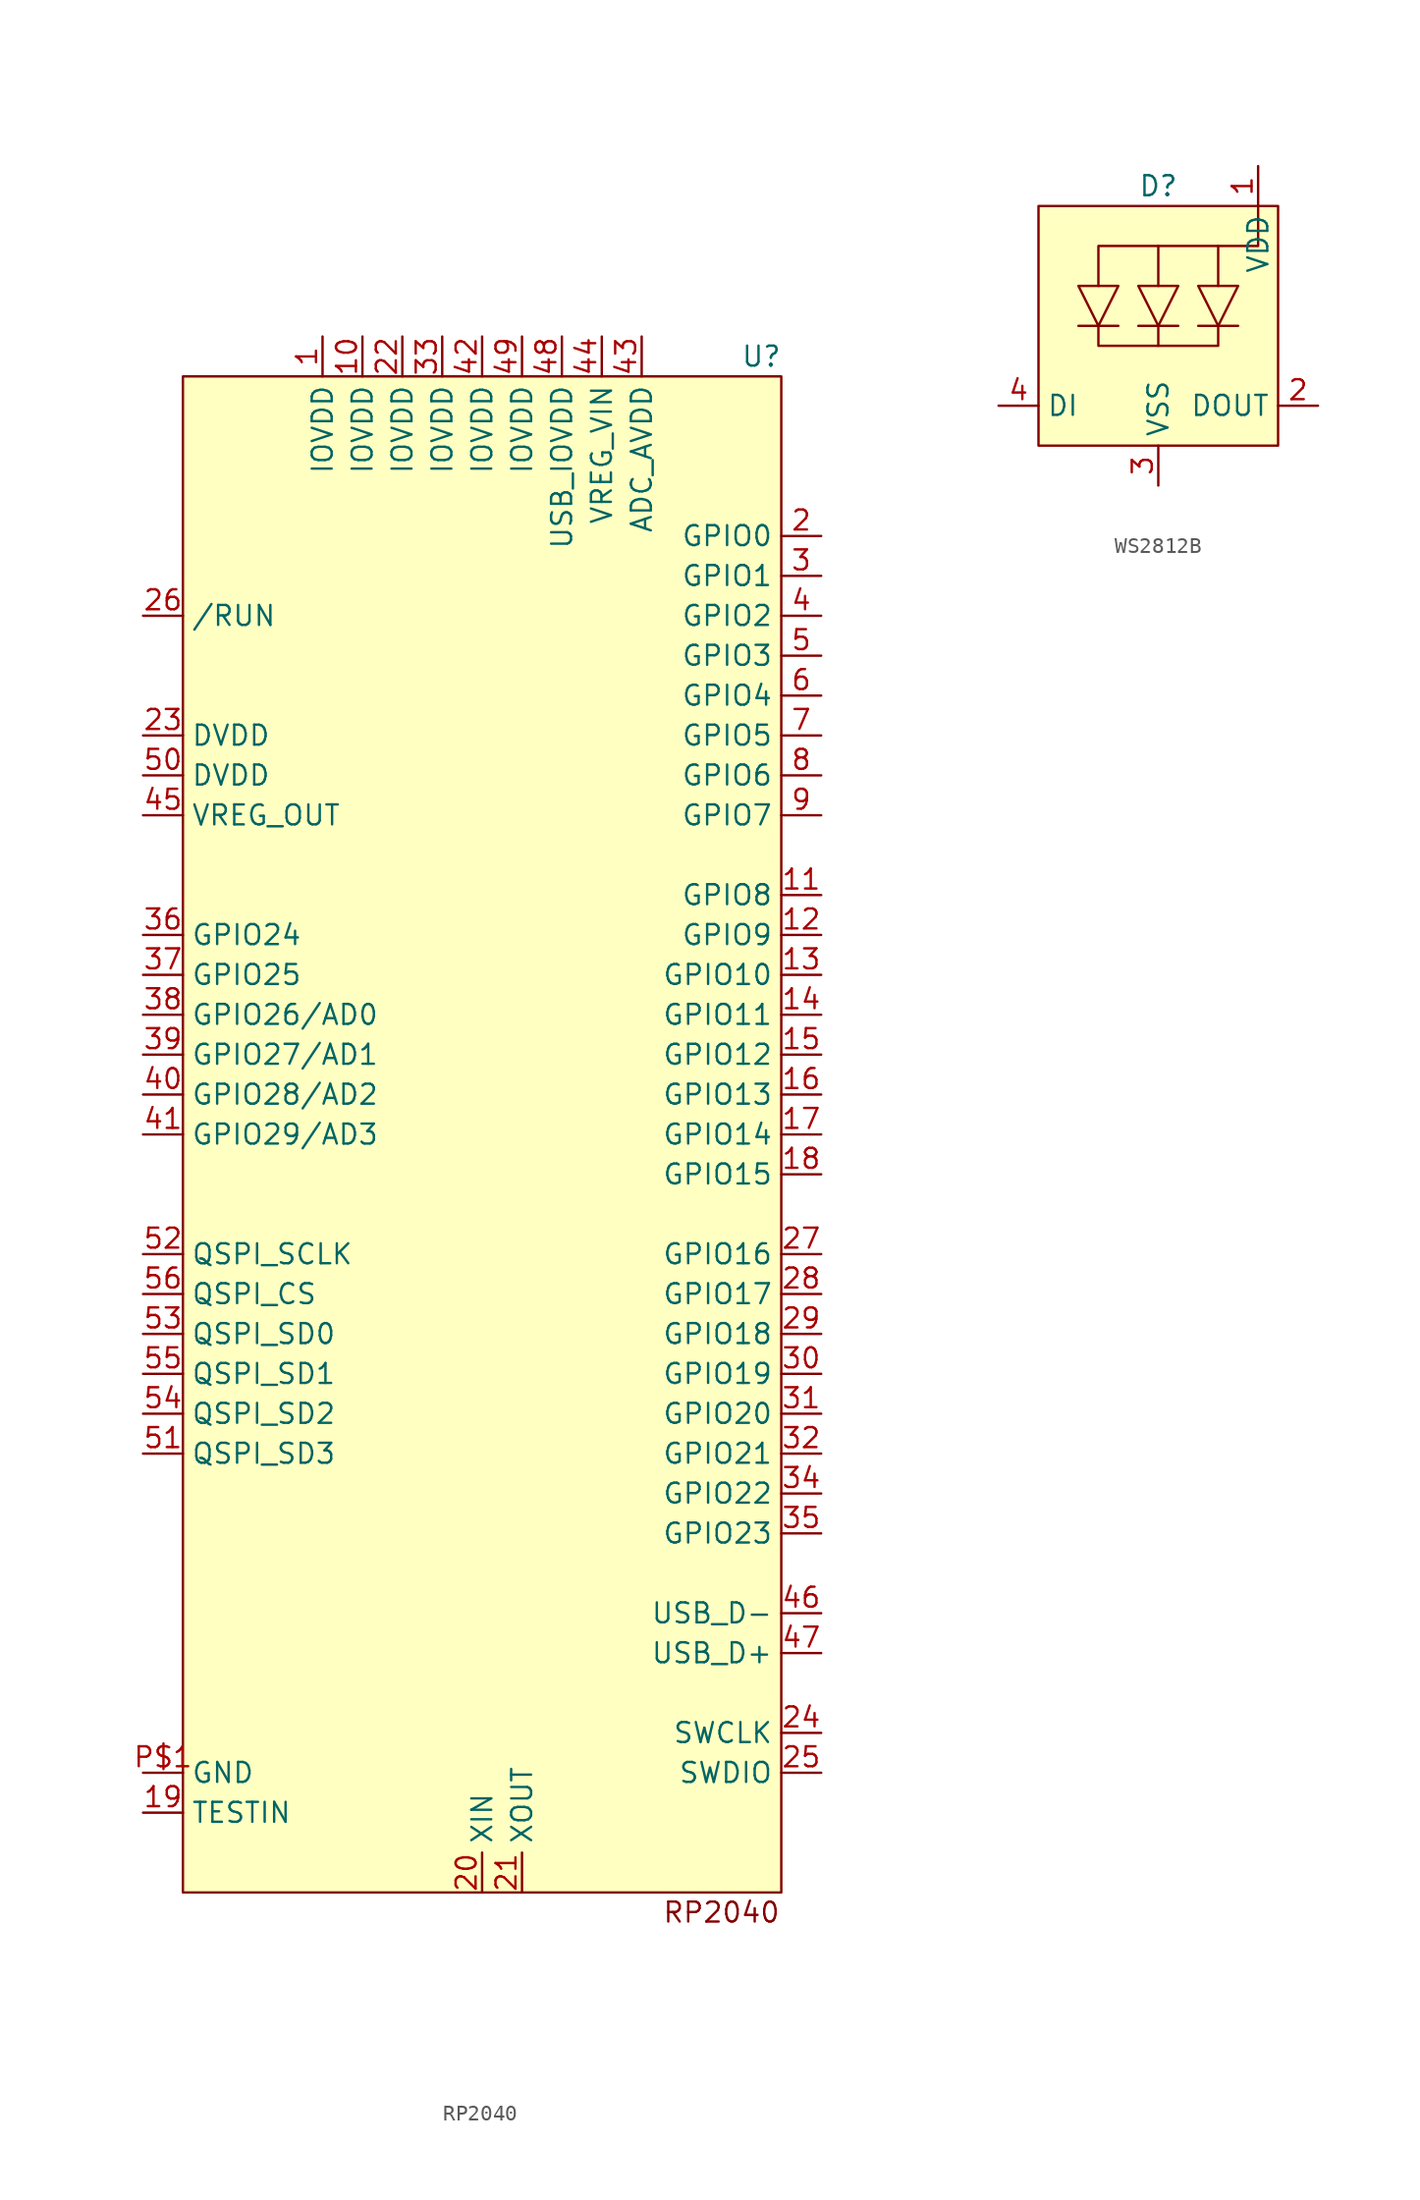
<source format=kicad_sym>
(kicad_symbol_lib
  (version 20220914)
  (generator kicad_symbol_editor)
  (symbol "RP2040"
    (property "Reference" "U"
      (at 17.78 49.53 0)
      (effects (font (size 1.27 1.27))))
    (property "Value" ""
      (at 0 57.15 0)
      (effects (font (size 1.27 1.27))))
    (symbol "RP2040_1_1"
      (rectangle (start -19.05 48.26) (end 19.05 -48.26) (stroke (width 0) (type default)) (fill (type background)))
      (text "RP2040" (at 15.24 -49.53 0) (effects (font (size 1.27 1.27))))
      (pin input line (at -10.16 50.8 270) (length 2.54) (name "IOVDD" (effects (font (size 1.27 1.27)))) (number "1" (effects (font (size 1.27 1.27)))))
      (pin input line (at -7.62 50.8 270) (length 2.54) (name "IOVDD" (effects (font (size 1.27 1.27)))) (number "10" (effects (font (size 1.27 1.27)))))
      (pin input line (at 21.59 15.24 180) (length 2.54) (name "GPIO8" (effects (font (size 1.27 1.27)))) (number "11" (effects (font (size 1.27 1.27)))))
      (pin input line (at 21.59 12.7 180) (length 2.54) (name "GPIO9" (effects (font (size 1.27 1.27)))) (number "12" (effects (font (size 1.27 1.27)))))
      (pin input line (at 21.59 10.16 180) (length 2.54) (name "GPIO10" (effects (font (size 1.27 1.27)))) (number "13" (effects (font (size 1.27 1.27)))))
      (pin input line (at 21.59 7.62 180) (length 2.54) (name "GPIO11" (effects (font (size 1.27 1.27)))) (number "14" (effects (font (size 1.27 1.27)))))
      (pin input line (at 21.59 5.08 180) (length 2.54) (name "GPIO12" (effects (font (size 1.27 1.27)))) (number "15" (effects (font (size 1.27 1.27)))))
      (pin input line (at 21.59 2.54 180) (length 2.54) (name "GPIO13" (effects (font (size 1.27 1.27)))) (number "16" (effects (font (size 1.27 1.27)))))
      (pin input line (at 21.59 0 180) (length 2.54) (name "GPIO14" (effects (font (size 1.27 1.27)))) (number "17" (effects (font (size 1.27 1.27)))))
      (pin input line (at 21.59 -2.54 180) (length 2.54) (name "GPIO15" (effects (font (size 1.27 1.27)))) (number "18" (effects (font (size 1.27 1.27)))))
      (pin input line (at -21.59 -43.18 0) (length 2.54) (name "TESTIN" (effects (font (size 1.27 1.27)))) (number "19" (effects (font (size 1.27 1.27)))))
      (pin input line (at 21.59 38.1 180) (length 2.54) (name "GPIO0" (effects (font (size 1.27 1.27)))) (number "2" (effects (font (size 1.27 1.27)))))
      (pin input line (at 0 -48.26 90) (length 2.54) (name "XIN" (effects (font (size 1.27 1.27)))) (number "20" (effects (font (size 1.27 1.27)))))
      (pin input line (at 2.54 -48.26 90) (length 2.54) (name "XOUT" (effects (font (size 1.27 1.27)))) (number "21" (effects (font (size 1.27 1.27)))))
      (pin input line (at -5.08 50.8 270) (length 2.54) (name "IOVDD" (effects (font (size 1.27 1.27)))) (number "22" (effects (font (size 1.27 1.27)))))
      (pin input line (at -21.59 25.4 0) (length 2.54) (name "DVDD" (effects (font (size 1.27 1.27)))) (number "23" (effects (font (size 1.27 1.27)))))
      (pin input line (at 21.59 -38.1 180) (length 2.54) (name "SWCLK" (effects (font (size 1.27 1.27)))) (number "24" (effects (font (size 1.27 1.27)))))
      (pin input line (at 21.59 -40.64 180) (length 2.54) (name "SWDIO" (effects (font (size 1.27 1.27)))) (number "25" (effects (font (size 1.27 1.27)))))
      (pin input line (at -21.59 33.02 0) (length 2.54) (name "/RUN" (effects (font (size 1.27 1.27)))) (number "26" (effects (font (size 1.27 1.27)))))
      (pin input line (at 21.59 -7.62 180) (length 2.54) (name "GPIO16" (effects (font (size 1.27 1.27)))) (number "27" (effects (font (size 1.27 1.27)))))
      (pin input line (at 21.59 -10.16 180) (length 2.54) (name "GPIO17" (effects (font (size 1.27 1.27)))) (number "28" (effects (font (size 1.27 1.27)))))
      (pin input line (at 21.59 -12.7 180) (length 2.54) (name "GPIO18" (effects (font (size 1.27 1.27)))) (number "29" (effects (font (size 1.27 1.27)))))
      (pin input line (at 21.59 35.56 180) (length 2.54) (name "GPIO1" (effects (font (size 1.27 1.27)))) (number "3" (effects (font (size 1.27 1.27)))))
      (pin input line (at 21.59 -15.24 180) (length 2.54) (name "GPIO19" (effects (font (size 1.27 1.27)))) (number "30" (effects (font (size 1.27 1.27)))))
      (pin input line (at 21.59 -17.78 180) (length 2.54) (name "GPIO20" (effects (font (size 1.27 1.27)))) (number "31" (effects (font (size 1.27 1.27)))))
      (pin input line (at 21.59 -20.32 180) (length 2.54) (name "GPIO21" (effects (font (size 1.27 1.27)))) (number "32" (effects (font (size 1.27 1.27)))))
      (pin input line (at -2.54 50.8 270) (length 2.54) (name "IOVDD" (effects (font (size 1.27 1.27)))) (number "33" (effects (font (size 1.27 1.27)))))
      (pin input line (at 21.59 -22.86 180) (length 2.54) (name "GPIO22" (effects (font (size 1.27 1.27)))) (number "34" (effects (font (size 1.27 1.27)))))
      (pin input line (at 21.59 -25.4 180) (length 2.54) (name "GPIO23" (effects (font (size 1.27 1.27)))) (number "35" (effects (font (size 1.27 1.27)))))
      (pin input line (at -21.59 12.7 0) (length 2.54) (name "GPIO24" (effects (font (size 1.27 1.27)))) (number "36" (effects (font (size 1.27 1.27)))))
      (pin input line (at -21.59 10.16 0) (length 2.54) (name "GPIO25" (effects (font (size 1.27 1.27)))) (number "37" (effects (font (size 1.27 1.27)))))
      (pin input line (at -21.59 7.62 0) (length 2.54) (name "GPIO26/AD0" (effects (font (size 1.27 1.27)))) (number "38" (effects (font (size 1.27 1.27)))))
      (pin input line (at -21.59 5.08 0) (length 2.54) (name "GPIO27/AD1" (effects (font (size 1.27 1.27)))) (number "39" (effects (font (size 1.27 1.27)))))
      (pin input line (at 21.59 33.02 180) (length 2.54) (name "GPIO2" (effects (font (size 1.27 1.27)))) (number "4" (effects (font (size 1.27 1.27)))))
      (pin input line (at -21.59 2.54 0) (length 2.54) (name "GPIO28/AD2" (effects (font (size 1.27 1.27)))) (number "40" (effects (font (size 1.27 1.27)))))
      (pin input line (at -21.59 0 0) (length 2.54) (name "GPIO29/AD3" (effects (font (size 1.27 1.27)))) (number "41" (effects (font (size 1.27 1.27)))))
      (pin input line (at 0 50.8 270) (length 2.54) (name "IOVDD" (effects (font (size 1.27 1.27)))) (number "42" (effects (font (size 1.27 1.27)))))
      (pin input line (at 10.16 50.8 270) (length 2.54) (name "ADC_AVDD" (effects (font (size 1.27 1.27)))) (number "43" (effects (font (size 1.27 1.27)))))
      (pin input line (at 7.62 50.8 270) (length 2.54) (name "VREG_VIN" (effects (font (size 1.27 1.27)))) (number "44" (effects (font (size 1.27 1.27)))))
      (pin input line (at -21.59 20.32 0) (length 2.54) (name "VREG_OUT" (effects (font (size 1.27 1.27)))) (number "45" (effects (font (size 1.27 1.27)))))
      (pin input line (at 21.59 -30.48 180) (length 2.54) (name "USB_D-" (effects (font (size 1.27 1.27)))) (number "46" (effects (font (size 1.27 1.27)))))
      (pin input line (at 21.59 -33.02 180) (length 2.54) (name "USB_D+" (effects (font (size 1.27 1.27)))) (number "47" (effects (font (size 1.27 1.27)))))
      (pin input line (at 5.08 50.8 270) (length 2.54) (name "USB_IOVDD" (effects (font (size 1.27 1.27)))) (number "48" (effects (font (size 1.27 1.27)))))
      (pin input line (at 2.54 50.8 270) (length 2.54) (name "IOVDD" (effects (font (size 1.27 1.27)))) (number "49" (effects (font (size 1.27 1.27)))))
      (pin input line (at 21.59 30.48 180) (length 2.54) (name "GPIO3" (effects (font (size 1.27 1.27)))) (number "5" (effects (font (size 1.27 1.27)))))
      (pin input line (at -21.59 22.86 0) (length 2.54) (name "DVDD" (effects (font (size 1.27 1.27)))) (number "50" (effects (font (size 1.27 1.27)))))
      (pin input line (at -21.59 -20.32 0) (length 2.54) (name "QSPI_SD3" (effects (font (size 1.27 1.27)))) (number "51" (effects (font (size 1.27 1.27)))))
      (pin input line (at -21.59 -7.62 0) (length 2.54) (name "QSPI_SCLK" (effects (font (size 1.27 1.27)))) (number "52" (effects (font (size 1.27 1.27)))))
      (pin input line (at -21.59 -12.7 0) (length 2.54) (name "QSPI_SD0" (effects (font (size 1.27 1.27)))) (number "53" (effects (font (size 1.27 1.27)))))
      (pin input line (at -21.59 -17.78 0) (length 2.54) (name "QSPI_SD2" (effects (font (size 1.27 1.27)))) (number "54" (effects (font (size 1.27 1.27)))))
      (pin input line (at -21.59 -15.24 0) (length 2.54) (name "QSPI_SD1" (effects (font (size 1.27 1.27)))) (number "55" (effects (font (size 1.27 1.27)))))
      (pin input line (at -21.59 -10.16 0) (length 2.54) (name "QSPI_CS" (effects (font (size 1.27 1.27)))) (number "56" (effects (font (size 1.27 1.27)))))
      (pin input line (at 21.59 27.94 180) (length 2.54) (name "GPIO4" (effects (font (size 1.27 1.27)))) (number "6" (effects (font (size 1.27 1.27)))))
      (pin input line (at 21.59 25.4 180) (length 2.54) (name "GPIO5" (effects (font (size 1.27 1.27)))) (number "7" (effects (font (size 1.27 1.27)))))
      (pin input line (at 21.59 22.86 180) (length 2.54) (name "GPIO6" (effects (font (size 1.27 1.27)))) (number "8" (effects (font (size 1.27 1.27)))))
      (pin input line (at 21.59 20.32 180) (length 2.54) (name "GPIO7" (effects (font (size 1.27 1.27)))) (number "9" (effects (font (size 1.27 1.27)))))
      (pin input line (at -21.59 -40.64 0) (length 2.54) (name "GND" (effects (font (size 1.27 1.27)))) (number "P$1" (effects (font (size 1.27 1.27)))))))
  (symbol "WS2812B"
    (property "Reference" "D"
      (at 0 8.89 0)
      (effects (font (size 1.27 1.27))))
    (property "Value" ""
      (at 0 13.97 0)
      (effects (font (size 1.27 1.27))))
    (symbol "WS2812B_0_1"
      (polyline (pts (xy -5.08 0) (xy -2.54 0)) (stroke (width 0) (type default)) (fill (type none)))
      (polyline (pts (xy -1.27 0) (xy 1.27 0)) (stroke (width 0) (type default)) (fill (type none)))
      (polyline (pts (xy 0 0) (xy 0 -1.27)) (stroke (width 0) (type default)) (fill (type none)))
      (polyline (pts (xy 0 2.54) (xy 0 5.08)) (stroke (width 0) (type default)) (fill (type none)))
      (polyline (pts (xy 2.54 0) (xy 5.08 0)) (stroke (width 0) (type default)) (fill (type none)))
      (polyline (pts (xy 3.81 5.08) (xy 6.35 5.08) (xy 6.35 7.62)) (stroke (width 0) (type default)) (fill (type none)))
      (polyline (pts (xy -3.81 0) (xy -3.81 -1.27) (xy 3.81 -1.27) (xy 3.81 0)) (stroke (width 0) (type default)) (fill (type none)))
      (polyline (pts (xy -3.81 2.54) (xy -3.81 5.08) (xy 3.81 5.08) (xy 3.81 2.54)) (stroke (width 0) (type default)) (fill (type none)))
      (polyline (pts (xy -2.54 2.54) (xy -3.81 0) (xy -5.08 2.54) (xy -2.54 2.54)) (stroke (width 0) (type default)) (fill (type none)))
      (polyline (pts (xy -1.27 2.54) (xy 1.27 2.54) (xy 0 0) (xy -1.27 2.54)) (stroke (width 0) (type default)) (fill (type none)))
      (polyline (pts (xy 2.54 2.54) (xy 5.08 2.54) (xy 3.81 0) (xy 2.54 2.54)) (stroke (width 0) (type default)) (fill (type none))))
    (symbol "WS2812B_1_1"
      (rectangle (start -7.62 7.62) (end 7.62 -7.62) (stroke (width 0) (type default)) (fill (type background)))
      (pin input line (at 6.35 10.16 270) (length 2.54) (name "VDD" (effects (font (size 1.27 1.27)))) (number "1" (effects (font (size 1.27 1.27)))))
      (pin input line (at 10.16 -5.08 180) (length 2.54) (name "DOUT" (effects (font (size 1.27 1.27)))) (number "2" (effects (font (size 1.27 1.27)))))
      (pin input line (at 0 -10.16 90) (length 2.54) (name "VSS" (effects (font (size 1.27 1.27)))) (number "3" (effects (font (size 1.27 1.27)))))
      (pin input line (at -10.16 -5.08 0) (length 2.54) (name "DI" (effects (font (size 1.27 1.27)))) (number "4" (effects (font (size 1.27 1.27))))))))
</source>
